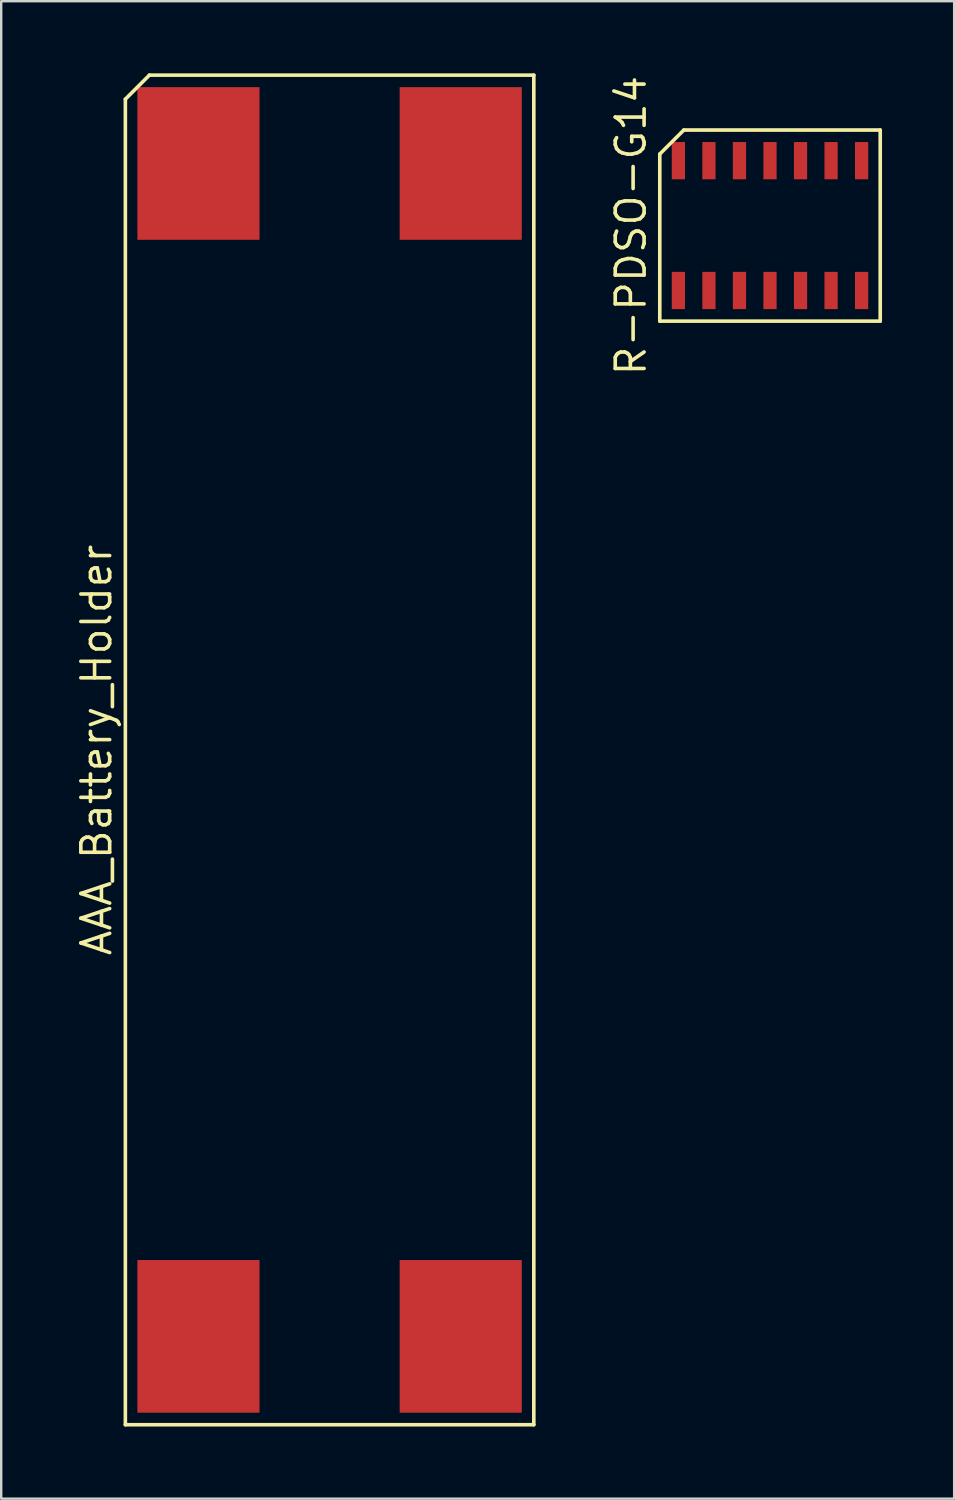
<source format=kicad_pcb>
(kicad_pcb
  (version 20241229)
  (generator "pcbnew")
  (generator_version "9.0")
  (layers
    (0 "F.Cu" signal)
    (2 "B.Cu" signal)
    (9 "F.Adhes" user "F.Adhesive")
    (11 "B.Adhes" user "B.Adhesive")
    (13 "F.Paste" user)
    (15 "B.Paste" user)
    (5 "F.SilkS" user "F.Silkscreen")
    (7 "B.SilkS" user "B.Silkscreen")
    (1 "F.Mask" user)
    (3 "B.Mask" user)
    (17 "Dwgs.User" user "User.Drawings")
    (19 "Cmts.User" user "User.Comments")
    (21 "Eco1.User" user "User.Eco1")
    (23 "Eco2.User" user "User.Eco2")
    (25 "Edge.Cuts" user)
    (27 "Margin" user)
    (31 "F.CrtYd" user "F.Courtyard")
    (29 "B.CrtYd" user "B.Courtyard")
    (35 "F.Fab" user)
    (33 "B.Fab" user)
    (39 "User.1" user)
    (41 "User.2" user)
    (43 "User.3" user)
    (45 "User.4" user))
  (footprint "AAA_Battery_Holder"
    (layer "F.Cu")
    (at 10.66 28.145)
    (property "Reference" "AAA_Battery_Holder" (at -9.695 0 90) (layer "F.SilkS") (effects (font (size 1.2 1.2) (thickness 0.15))))
    (attr through_hole)
    (fp_line (start -8.495 -27.07) (end -8.495 28.07) (stroke (width 0.15) (type solid)) (layer "F.SilkS"))
    (fp_line (start -8.495 28.07) (end 8.495 28.07) (stroke (width 0.15) (type solid)) (layer "F.SilkS"))
    (fp_line (start -7.495 -28.07) (end -8.495 -27.07) (stroke (width 0.15) (type solid)) (layer "F.SilkS"))
    (fp_line (start 8.495 -28.07) (end -7.495 -28.07) (stroke (width 0.15) (type solid)) (layer "F.SilkS"))
    (fp_line (start 8.495 28.07) (end 8.495 -28.07) (stroke (width 0.15) (type solid)) (layer "F.SilkS"))
    (pad "1" smd rect (at -5.455 24.395) (size 5.08 6.35) (layers "F.Cu" "F.Mask" "F.Paste"))
    (pad "2" smd rect (at 5.455 24.395) (size 5.08 6.35) (layers "F.Cu" "F.Mask" "F.Paste"))
    (pad "3" smd rect (at 5.455 -24.395) (size 5.08 6.35) (layers "F.Cu" "F.Mask" "F.Paste"))
    (pad "4" smd rect (at -5.455 -24.395) (size 5.08 6.35) (layers "F.Cu" "F.Mask" "F.Paste")))
  (footprint "R-PDSO-G14"
    (layer "F.Cu")
    (at 28.98 6.334)
    (property "Reference" "R-PDSO-G14" (at -5.785 0 90) (layer "F.SilkS") (effects (font (size 1.2 1.2) (thickness 0.15))))
    (attr through_hole)
    (fp_line (start -4.585 -2.975) (end -4.585 3.975) (stroke (width 0.15) (type solid)) (layer "F.SilkS"))
    (fp_line (start -4.585 3.975) (end 4.585 3.975) (stroke (width 0.15) (type solid)) (layer "F.SilkS"))
    (fp_line (start -3.585 -3.975) (end -4.585 -2.975) (stroke (width 0.15) (type solid)) (layer "F.SilkS"))
    (fp_line (start 4.585 -3.975) (end -3.585 -3.975) (stroke (width 0.15) (type solid)) (layer "F.SilkS"))
    (fp_line (start 4.585 3.975) (end 4.585 -3.975) (stroke (width 0.15) (type solid)) (layer "F.SilkS"))
    (pad "1" smd rect (at -3.81 2.7) (size 0.55 1.55) (layers "F.Cu" "F.Mask" "F.Paste"))
    (pad "2" smd rect (at -2.54 2.7) (size 0.55 1.55) (layers "F.Cu" "F.Mask" "F.Paste"))
    (pad "3" smd rect (at -1.27 2.7) (size 0.55 1.55) (layers "F.Cu" "F.Mask" "F.Paste"))
    (pad "4" smd rect (at 0 2.7) (size 0.55 1.55) (layers "F.Cu" "F.Mask" "F.Paste"))
    (pad "5" smd rect (at 1.27 2.7) (size 0.55 1.55) (layers "F.Cu" "F.Mask" "F.Paste"))
    (pad "6" smd rect (at 2.54 2.7) (size 0.55 1.55) (layers "F.Cu" "F.Mask" "F.Paste"))
    (pad "7" smd rect (at 3.81 2.7) (size 0.55 1.55) (layers "F.Cu" "F.Mask" "F.Paste"))
    (pad "8" smd rect (at 3.81 -2.7) (size 0.55 1.55) (layers "F.Cu" "F.Mask" "F.Paste"))
    (pad "9" smd rect (at 2.54 -2.7) (size 0.55 1.55) (layers "F.Cu" "F.Mask" "F.Paste"))
    (pad "10" smd rect (at 1.27 -2.7) (size 0.55 1.55) (layers "F.Cu" "F.Mask" "F.Paste"))
    (pad "11" smd rect (at 0 -2.7) (size 0.55 1.55) (layers "F.Cu" "F.Mask" "F.Paste"))
    (pad "12" smd rect (at -1.27 -2.7) (size 0.55 1.55) (layers "F.Cu" "F.Mask" "F.Paste"))
    (pad "13" smd rect (at -2.54 -2.7) (size 0.55 1.55) (layers "F.Cu" "F.Mask" "F.Paste"))
    (pad "14" smd rect (at -3.81 -2.7) (size 0.55 1.55) (layers "F.Cu" "F.Mask" "F.Paste")))
  (gr_rect
    (start -3 -3)
    (end 36.641 59.29)
    (stroke (width 0.1) (type default))
    (fill no)
    (layer "Edge.Cuts")))
</source>
